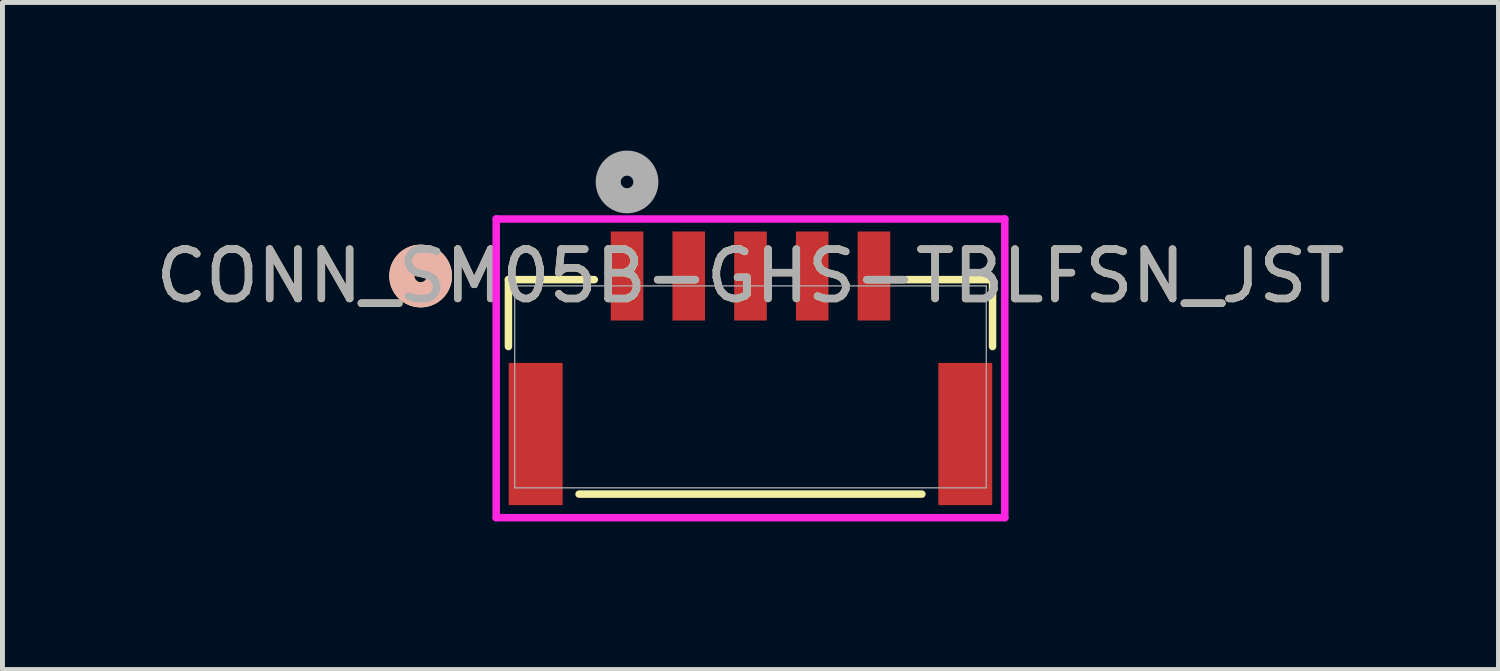
<source format=kicad_pcb>
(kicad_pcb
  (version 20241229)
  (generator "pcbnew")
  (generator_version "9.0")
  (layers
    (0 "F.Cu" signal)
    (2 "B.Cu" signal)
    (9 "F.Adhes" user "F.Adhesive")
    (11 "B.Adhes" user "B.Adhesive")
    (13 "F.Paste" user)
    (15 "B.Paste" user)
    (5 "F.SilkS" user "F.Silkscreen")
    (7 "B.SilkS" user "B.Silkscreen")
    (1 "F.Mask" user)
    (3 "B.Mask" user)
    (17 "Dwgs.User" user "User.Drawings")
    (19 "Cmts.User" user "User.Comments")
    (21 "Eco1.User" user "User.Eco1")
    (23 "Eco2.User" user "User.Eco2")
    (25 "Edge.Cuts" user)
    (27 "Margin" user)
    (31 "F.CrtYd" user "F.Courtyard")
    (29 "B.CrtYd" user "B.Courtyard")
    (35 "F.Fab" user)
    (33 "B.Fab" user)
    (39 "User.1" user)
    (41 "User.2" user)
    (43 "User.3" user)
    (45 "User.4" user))
  (footprint "CONN_SM05B-GHS-TBLFSN_JST"
    (layer "F.Cu")
    (at 12.149 4.785)
    (property "Reference" "CONN_SM05B-GHS-TBLFSN_JST" (at 0 -2.245 0) (unlocked yes) (layer "F.SilkS") (effects (font (size 1 1) (thickness 0.15))))
    (attr smd)
    (fp_line (start -4.902 -2.172) (end -4.902 -0.817) (stroke (width 0.152) (type solid)) (layer "F.SilkS"))
    (fp_line (start -3.471 2.172) (end 3.471 2.172) (stroke (width 0.152) (type solid)) (layer "F.SilkS"))
    (fp_line (start -3.163 -2.172) (end -4.902 -2.172) (stroke (width 0.152) (type solid)) (layer "F.SilkS"))
    (fp_line (start 4.902 -2.172) (end 3.163 -2.172) (stroke (width 0.152) (type solid)) (layer "F.SilkS"))
    (fp_line (start 4.902 -0.817) (end 4.902 -2.172) (stroke (width 0.152) (type solid)) (layer "F.SilkS"))
    (fp_circle (center -6.68 -2.245) (end -6.299 -2.245) (stroke (width 0.508) (type solid)) (fill no) (layer "F.SilkS"))
    (fp_circle (center -6.68 -2.245) (end -6.299 -2.245) (stroke (width 0.508) (type solid)) (fill no) (layer "B.SilkS"))
    (fp_line (start -5.15 -3.4) (end -5.15 2.649) (stroke (width 0.152) (type solid)) (layer "F.CrtYd"))
    (fp_line (start -5.15 2.649) (end 5.15 2.649) (stroke (width 0.152) (type solid)) (layer "F.CrtYd"))
    (fp_line (start 5.15 -3.4) (end -5.15 -3.4) (stroke (width 0.152) (type solid)) (layer "F.CrtYd"))
    (fp_line (start 5.15 2.649) (end 5.15 -3.4) (stroke (width 0.152) (type solid)) (layer "F.CrtYd"))
    (fp_line (start -4.775 -2.045) (end -4.775 2.045) (stroke (width 0.025) (type solid)) (layer "F.Fab"))
    (fp_line (start -4.775 2.045) (end 4.775 2.045) (stroke (width 0.025) (type solid)) (layer "F.Fab"))
    (fp_line (start 4.775 -2.045) (end -4.775 -2.045) (stroke (width 0.025) (type solid)) (layer "F.Fab"))
    (fp_line (start 4.775 2.045) (end 4.775 -2.045) (stroke (width 0.025) (type solid)) (layer "F.Fab"))
    (fp_circle (center -2.5 -4.15) (end -2.119 -4.15) (stroke (width 0.508) (type solid)) (fill no) (layer "F.Fab"))
    (fp_text user "${REFERENCE}" (at 0 -2.245 0) (unlocked yes) (layer "F.Fab") (effects (font (size 1 1) (thickness 0.15))))
    (pad "1" smd rect (at -2.5 -2.245) (size 0.66 1.803) (layers "F.Cu" "F.Mask" "F.Paste"))
    (pad "2" smd rect (at -1.25 -2.245) (size 0.66 1.803) (layers "F.Cu" "F.Mask" "F.Paste"))
    (pad "3" smd rect (at 0 -2.245) (size 0.66 1.803) (layers "F.Cu" "F.Mask" "F.Paste"))
    (pad "4" smd rect (at 1.25 -2.245) (size 0.66 1.803) (layers "F.Cu" "F.Mask" "F.Paste"))
    (pad "5" smd rect (at 2.5 -2.245) (size 0.66 1.803) (layers "F.Cu" "F.Mask" "F.Paste"))
    (pad "6" smd rect (at -4.35 0.955) (size 1.092 2.88) (layers "F.Cu" "F.Mask" "F.Paste"))
    (pad "7" smd rect (at 4.35 0.955) (size 1.092 2.88) (layers "F.Cu" "F.Mask" "F.Paste")))
  (gr_rect
    (start -3 -3)
    (end 27.298 10.51)
    (stroke (width 0.1) (type default))
    (fill no)
    (layer "Edge.Cuts")))
</source>
